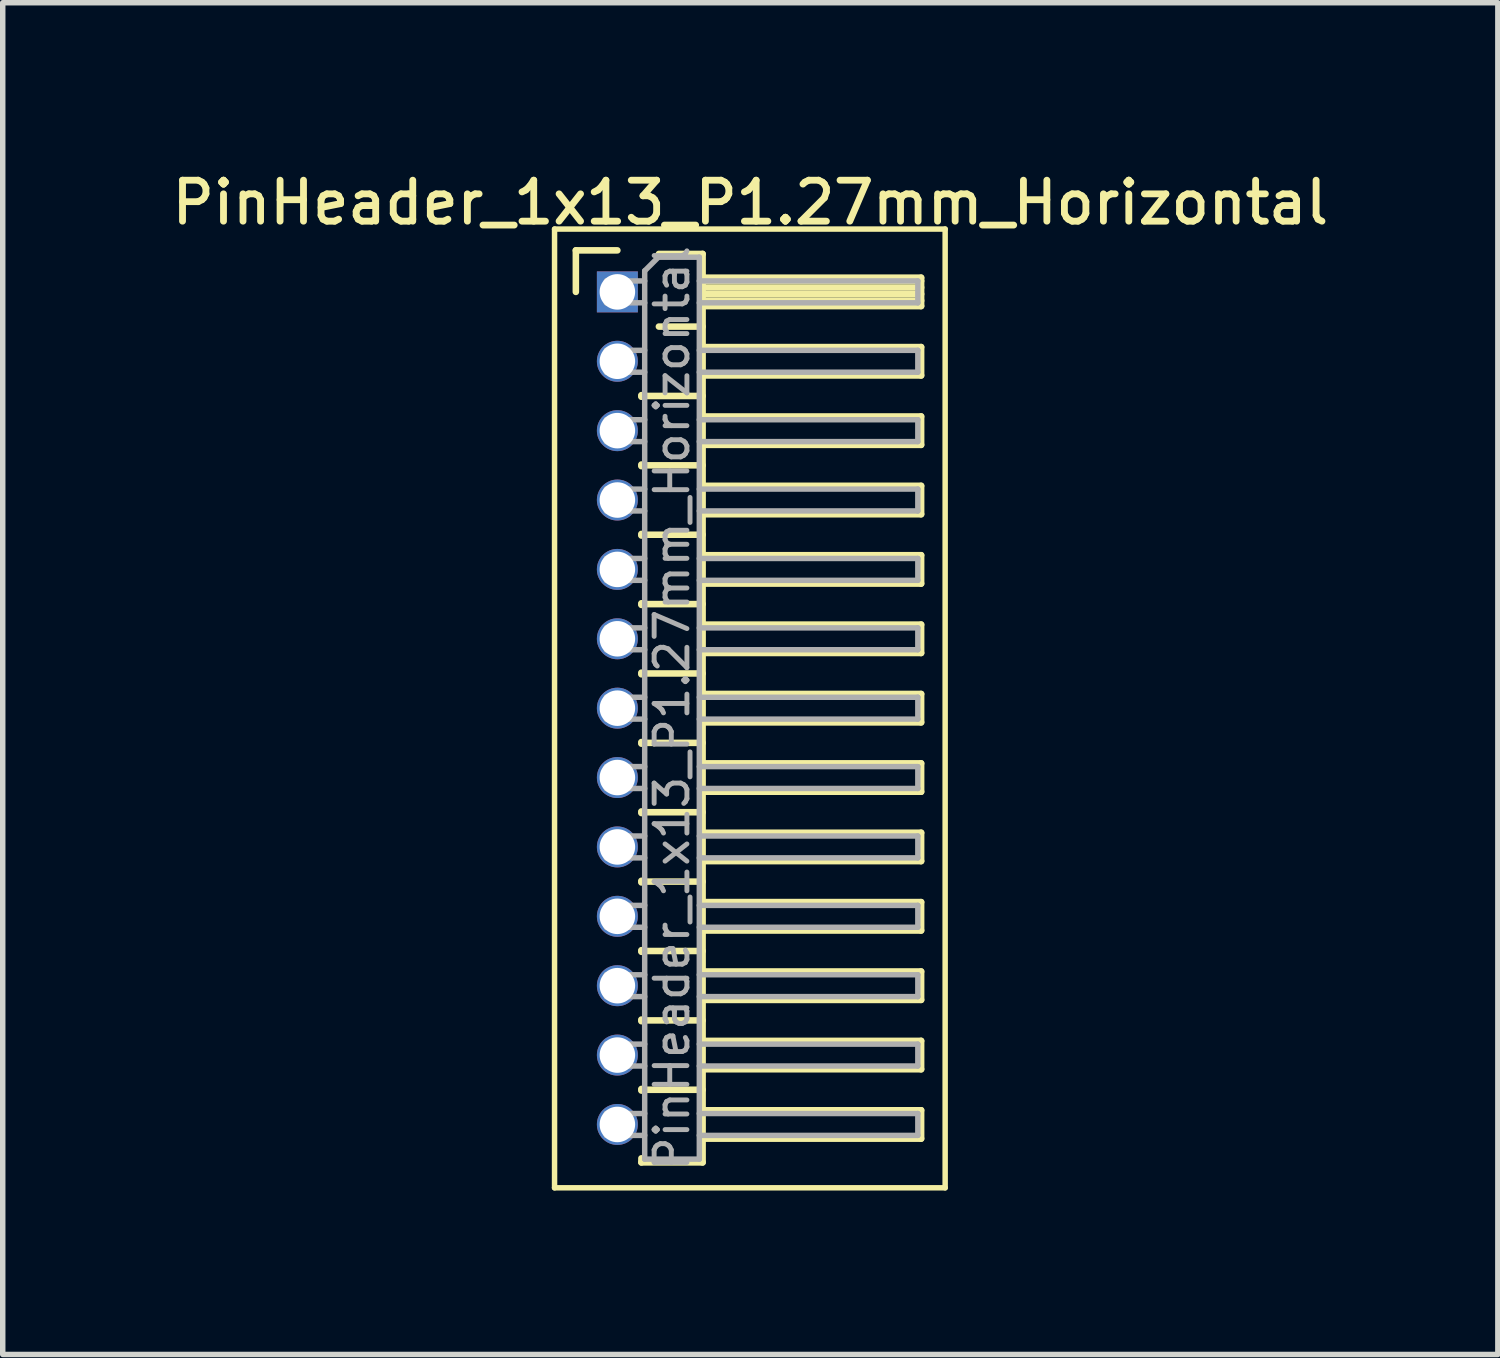
<source format=kicad_pcb>
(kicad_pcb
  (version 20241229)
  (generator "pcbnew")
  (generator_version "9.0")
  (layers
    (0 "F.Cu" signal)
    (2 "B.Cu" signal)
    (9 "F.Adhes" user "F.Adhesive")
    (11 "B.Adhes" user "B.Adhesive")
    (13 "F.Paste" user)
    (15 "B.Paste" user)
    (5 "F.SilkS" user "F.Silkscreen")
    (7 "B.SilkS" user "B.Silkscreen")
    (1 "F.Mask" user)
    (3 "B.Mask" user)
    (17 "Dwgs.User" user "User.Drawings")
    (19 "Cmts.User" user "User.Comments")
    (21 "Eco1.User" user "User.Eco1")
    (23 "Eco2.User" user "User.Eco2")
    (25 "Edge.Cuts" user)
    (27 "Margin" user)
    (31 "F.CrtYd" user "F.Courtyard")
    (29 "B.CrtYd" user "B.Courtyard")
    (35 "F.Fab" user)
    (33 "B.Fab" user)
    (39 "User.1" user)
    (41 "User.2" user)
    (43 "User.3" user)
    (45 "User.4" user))
  (footprint "PinHeader_1x13_P1.27mm_Horizontal"
    (layer "F.Cu")
    (at 8.251 2.293)
    (property "Reference" "PinHeader_1x13_P1.27mm_Horizontal" (at 2.433 -1.635 0) (layer "F.SilkS") (effects (font (size 0.75 0.75) (thickness 0.125))))
    (attr through_hole)
    (fp_line (start -1.15 -1.15) (end -1.15 16.4) (stroke (width 0.1) (type solid)) (layer "F.SilkS"))
    (fp_line (start -1.15 16.4) (end 6 16.4) (stroke (width 0.1) (type solid)) (layer "F.SilkS"))
    (fp_line (start -0.76 -0.76) (end 0 -0.76) (stroke (width 0.12) (type solid)) (layer "F.SilkS"))
    (fp_line (start -0.76 0) (end -0.76 -0.76) (stroke (width 0.12) (type solid)) (layer "F.SilkS"))
    (fp_line (start 0.44 1.89) (end 0.44 1.92) (stroke (width 0.12) (type solid)) (layer "F.SilkS"))
    (fp_line (start 0.44 1.905) (end 1.56 1.905) (stroke (width 0.12) (type solid)) (layer "F.SilkS"))
    (fp_line (start 0.44 3.16) (end 0.44 3.19) (stroke (width 0.12) (type solid)) (layer "F.SilkS"))
    (fp_line (start 0.44 3.175) (end 1.56 3.175) (stroke (width 0.12) (type solid)) (layer "F.SilkS"))
    (fp_line (start 0.44 4.43) (end 0.44 4.46) (stroke (width 0.12) (type solid)) (layer "F.SilkS"))
    (fp_line (start 0.44 4.445) (end 1.56 4.445) (stroke (width 0.12) (type solid)) (layer "F.SilkS"))
    (fp_line (start 0.44 5.7) (end 0.44 5.73) (stroke (width 0.12) (type solid)) (layer "F.SilkS"))
    (fp_line (start 0.44 5.715) (end 1.56 5.715) (stroke (width 0.12) (type solid)) (layer "F.SilkS"))
    (fp_line (start 0.44 6.97) (end 0.44 7) (stroke (width 0.12) (type solid)) (layer "F.SilkS"))
    (fp_line (start 0.44 6.985) (end 1.56 6.985) (stroke (width 0.12) (type solid)) (layer "F.SilkS"))
    (fp_line (start 0.44 8.24) (end 0.44 8.27) (stroke (width 0.12) (type solid)) (layer "F.SilkS"))
    (fp_line (start 0.44 8.255) (end 1.56 8.255) (stroke (width 0.12) (type solid)) (layer "F.SilkS"))
    (fp_line (start 0.44 9.51) (end 0.44 9.54) (stroke (width 0.12) (type solid)) (layer "F.SilkS"))
    (fp_line (start 0.44 9.525) (end 1.56 9.525) (stroke (width 0.12) (type solid)) (layer "F.SilkS"))
    (fp_line (start 0.44 10.78) (end 0.44 10.81) (stroke (width 0.12) (type solid)) (layer "F.SilkS"))
    (fp_line (start 0.44 10.795) (end 1.56 10.795) (stroke (width 0.12) (type solid)) (layer "F.SilkS"))
    (fp_line (start 0.44 12.05) (end 0.44 12.08) (stroke (width 0.12) (type solid)) (layer "F.SilkS"))
    (fp_line (start 0.44 12.065) (end 1.56 12.065) (stroke (width 0.12) (type solid)) (layer "F.SilkS"))
    (fp_line (start 0.44 13.32) (end 0.44 13.35) (stroke (width 0.12) (type solid)) (layer "F.SilkS"))
    (fp_line (start 0.44 13.335) (end 1.56 13.335) (stroke (width 0.12) (type solid)) (layer "F.SilkS"))
    (fp_line (start 0.44 14.59) (end 0.44 14.62) (stroke (width 0.12) (type solid)) (layer "F.SilkS"))
    (fp_line (start 0.44 14.605) (end 1.56 14.605) (stroke (width 0.12) (type solid)) (layer "F.SilkS"))
    (fp_line (start 0.44 15.935) (end 0.44 15.86) (stroke (width 0.12) (type solid)) (layer "F.SilkS"))
    (fp_line (start 0.76 -0.695) (end 1.56 -0.695) (stroke (width 0.12) (type solid)) (layer "F.SilkS"))
    (fp_line (start 0.76 0.635) (end 1.56 0.635) (stroke (width 0.12) (type solid)) (layer "F.SilkS"))
    (fp_line (start 1.56 -0.695) (end 1.56 15.935) (stroke (width 0.12) (type solid)) (layer "F.SilkS"))
    (fp_line (start 1.56 -0.26) (end 5.56 -0.26) (stroke (width 0.12) (type solid)) (layer "F.SilkS"))
    (fp_line (start 1.56 -0.2) (end 5.56 -0.2) (stroke (width 0.12) (type solid)) (layer "F.SilkS"))
    (fp_line (start 1.56 -0.08) (end 5.56 -0.08) (stroke (width 0.12) (type solid)) (layer "F.SilkS"))
    (fp_line (start 1.56 0.04) (end 5.56 0.04) (stroke (width 0.12) (type solid)) (layer "F.SilkS"))
    (fp_line (start 1.56 0.16) (end 5.56 0.16) (stroke (width 0.12) (type solid)) (layer "F.SilkS"))
    (fp_line (start 1.56 1.01) (end 5.56 1.01) (stroke (width 0.12) (type solid)) (layer "F.SilkS"))
    (fp_line (start 1.56 2.28) (end 5.56 2.28) (stroke (width 0.12) (type solid)) (layer "F.SilkS"))
    (fp_line (start 1.56 3.55) (end 5.56 3.55) (stroke (width 0.12) (type solid)) (layer "F.SilkS"))
    (fp_line (start 1.56 4.82) (end 5.56 4.82) (stroke (width 0.12) (type solid)) (layer "F.SilkS"))
    (fp_line (start 1.56 6.09) (end 5.56 6.09) (stroke (width 0.12) (type solid)) (layer "F.SilkS"))
    (fp_line (start 1.56 7.36) (end 5.56 7.36) (stroke (width 0.12) (type solid)) (layer "F.SilkS"))
    (fp_line (start 1.56 8.63) (end 5.56 8.63) (stroke (width 0.12) (type solid)) (layer "F.SilkS"))
    (fp_line (start 1.56 9.9) (end 5.56 9.9) (stroke (width 0.12) (type solid)) (layer "F.SilkS"))
    (fp_line (start 1.56 11.17) (end 5.56 11.17) (stroke (width 0.12) (type solid)) (layer "F.SilkS"))
    (fp_line (start 1.56 12.44) (end 5.56 12.44) (stroke (width 0.12) (type solid)) (layer "F.SilkS"))
    (fp_line (start 1.56 13.71) (end 5.56 13.71) (stroke (width 0.12) (type solid)) (layer "F.SilkS"))
    (fp_line (start 1.56 14.98) (end 5.56 14.98) (stroke (width 0.12) (type solid)) (layer "F.SilkS"))
    (fp_line (start 1.56 15.935) (end 0.44 15.935) (stroke (width 0.12) (type solid)) (layer "F.SilkS"))
    (fp_line (start 5.56 -0.26) (end 5.56 0.26) (stroke (width 0.12) (type solid)) (layer "F.SilkS"))
    (fp_line (start 5.56 0.26) (end 1.56 0.26) (stroke (width 0.12) (type solid)) (layer "F.SilkS"))
    (fp_line (start 5.56 1.01) (end 5.56 1.53) (stroke (width 0.12) (type solid)) (layer "F.SilkS"))
    (fp_line (start 5.56 1.53) (end 1.56 1.53) (stroke (width 0.12) (type solid)) (layer "F.SilkS"))
    (fp_line (start 5.56 2.28) (end 5.56 2.8) (stroke (width 0.12) (type solid)) (layer "F.SilkS"))
    (fp_line (start 5.56 2.8) (end 1.56 2.8) (stroke (width 0.12) (type solid)) (layer "F.SilkS"))
    (fp_line (start 5.56 3.55) (end 5.56 4.07) (stroke (width 0.12) (type solid)) (layer "F.SilkS"))
    (fp_line (start 5.56 4.07) (end 1.56 4.07) (stroke (width 0.12) (type solid)) (layer "F.SilkS"))
    (fp_line (start 5.56 4.82) (end 5.56 5.34) (stroke (width 0.12) (type solid)) (layer "F.SilkS"))
    (fp_line (start 5.56 5.34) (end 1.56 5.34) (stroke (width 0.12) (type solid)) (layer "F.SilkS"))
    (fp_line (start 5.56 6.09) (end 5.56 6.61) (stroke (width 0.12) (type solid)) (layer "F.SilkS"))
    (fp_line (start 5.56 6.61) (end 1.56 6.61) (stroke (width 0.12) (type solid)) (layer "F.SilkS"))
    (fp_line (start 5.56 7.36) (end 5.56 7.88) (stroke (width 0.12) (type solid)) (layer "F.SilkS"))
    (fp_line (start 5.56 7.88) (end 1.56 7.88) (stroke (width 0.12) (type solid)) (layer "F.SilkS"))
    (fp_line (start 5.56 8.63) (end 5.56 9.15) (stroke (width 0.12) (type solid)) (layer "F.SilkS"))
    (fp_line (start 5.56 9.15) (end 1.56 9.15) (stroke (width 0.12) (type solid)) (layer "F.SilkS"))
    (fp_line (start 5.56 9.9) (end 5.56 10.42) (stroke (width 0.12) (type solid)) (layer "F.SilkS"))
    (fp_line (start 5.56 10.42) (end 1.56 10.42) (stroke (width 0.12) (type solid)) (layer "F.SilkS"))
    (fp_line (start 5.56 11.17) (end 5.56 11.69) (stroke (width 0.12) (type solid)) (layer "F.SilkS"))
    (fp_line (start 5.56 11.69) (end 1.56 11.69) (stroke (width 0.12) (type solid)) (layer "F.SilkS"))
    (fp_line (start 5.56 12.44) (end 5.56 12.96) (stroke (width 0.12) (type solid)) (layer "F.SilkS"))
    (fp_line (start 5.56 12.96) (end 1.56 12.96) (stroke (width 0.12) (type solid)) (layer "F.SilkS"))
    (fp_line (start 5.56 13.71) (end 5.56 14.23) (stroke (width 0.12) (type solid)) (layer "F.SilkS"))
    (fp_line (start 5.56 14.23) (end 1.56 14.23) (stroke (width 0.12) (type solid)) (layer "F.SilkS"))
    (fp_line (start 5.56 14.98) (end 5.56 15.5) (stroke (width 0.12) (type solid)) (layer "F.SilkS"))
    (fp_line (start 5.56 15.5) (end 1.56 15.5) (stroke (width 0.12) (type solid)) (layer "F.SilkS"))
    (fp_line (start 6 -1.15) (end -1.15 -1.15) (stroke (width 0.1) (type solid)) (layer "F.SilkS"))
    (fp_line (start 6 16.4) (end 6 -1.15) (stroke (width 0.1) (type solid)) (layer "F.SilkS"))
    (fp_line (start -0.2 -0.2) (end -0.2 0.2) (stroke (width 0.1) (type solid)) (layer "F.Fab"))
    (fp_line (start -0.2 -0.2) (end 0.5 -0.2) (stroke (width 0.1) (type solid)) (layer "F.Fab"))
    (fp_line (start -0.2 0.2) (end 0.5 0.2) (stroke (width 0.1) (type solid)) (layer "F.Fab"))
    (fp_line (start -0.2 1.07) (end -0.2 1.47) (stroke (width 0.1) (type solid)) (layer "F.Fab"))
    (fp_line (start -0.2 1.07) (end 0.5 1.07) (stroke (width 0.1) (type solid)) (layer "F.Fab"))
    (fp_line (start -0.2 1.47) (end 0.5 1.47) (stroke (width 0.1) (type solid)) (layer "F.Fab"))
    (fp_line (start -0.2 2.34) (end -0.2 2.74) (stroke (width 0.1) (type solid)) (layer "F.Fab"))
    (fp_line (start -0.2 2.34) (end 0.5 2.34) (stroke (width 0.1) (type solid)) (layer "F.Fab"))
    (fp_line (start -0.2 2.74) (end 0.5 2.74) (stroke (width 0.1) (type solid)) (layer "F.Fab"))
    (fp_line (start -0.2 3.61) (end -0.2 4.01) (stroke (width 0.1) (type solid)) (layer "F.Fab"))
    (fp_line (start -0.2 3.61) (end 0.5 3.61) (stroke (width 0.1) (type solid)) (layer "F.Fab"))
    (fp_line (start -0.2 4.01) (end 0.5 4.01) (stroke (width 0.1) (type solid)) (layer "F.Fab"))
    (fp_line (start -0.2 4.88) (end -0.2 5.28) (stroke (width 0.1) (type solid)) (layer "F.Fab"))
    (fp_line (start -0.2 4.88) (end 0.5 4.88) (stroke (width 0.1) (type solid)) (layer "F.Fab"))
    (fp_line (start -0.2 5.28) (end 0.5 5.28) (stroke (width 0.1) (type solid)) (layer "F.Fab"))
    (fp_line (start -0.2 6.15) (end -0.2 6.55) (stroke (width 0.1) (type solid)) (layer "F.Fab"))
    (fp_line (start -0.2 6.15) (end 0.5 6.15) (stroke (width 0.1) (type solid)) (layer "F.Fab"))
    (fp_line (start -0.2 6.55) (end 0.5 6.55) (stroke (width 0.1) (type solid)) (layer "F.Fab"))
    (fp_line (start -0.2 7.42) (end -0.2 7.82) (stroke (width 0.1) (type solid)) (layer "F.Fab"))
    (fp_line (start -0.2 7.42) (end 0.5 7.42) (stroke (width 0.1) (type solid)) (layer "F.Fab"))
    (fp_line (start -0.2 7.82) (end 0.5 7.82) (stroke (width 0.1) (type solid)) (layer "F.Fab"))
    (fp_line (start -0.2 8.69) (end -0.2 9.09) (stroke (width 0.1) (type solid)) (layer "F.Fab"))
    (fp_line (start -0.2 8.69) (end 0.5 8.69) (stroke (width 0.1) (type solid)) (layer "F.Fab"))
    (fp_line (start -0.2 9.09) (end 0.5 9.09) (stroke (width 0.1) (type solid)) (layer "F.Fab"))
    (fp_line (start -0.2 9.96) (end -0.2 10.36) (stroke (width 0.1) (type solid)) (layer "F.Fab"))
    (fp_line (start -0.2 9.96) (end 0.5 9.96) (stroke (width 0.1) (type solid)) (layer "F.Fab"))
    (fp_line (start -0.2 10.36) (end 0.5 10.36) (stroke (width 0.1) (type solid)) (layer "F.Fab"))
    (fp_line (start -0.2 11.23) (end -0.2 11.63) (stroke (width 0.1) (type solid)) (layer "F.Fab"))
    (fp_line (start -0.2 11.23) (end 0.5 11.23) (stroke (width 0.1) (type solid)) (layer "F.Fab"))
    (fp_line (start -0.2 11.63) (end 0.5 11.63) (stroke (width 0.1) (type solid)) (layer "F.Fab"))
    (fp_line (start -0.2 12.5) (end -0.2 12.9) (stroke (width 0.1) (type solid)) (layer "F.Fab"))
    (fp_line (start -0.2 12.5) (end 0.5 12.5) (stroke (width 0.1) (type solid)) (layer "F.Fab"))
    (fp_line (start -0.2 12.9) (end 0.5 12.9) (stroke (width 0.1) (type solid)) (layer "F.Fab"))
    (fp_line (start -0.2 13.77) (end -0.2 14.17) (stroke (width 0.1) (type solid)) (layer "F.Fab"))
    (fp_line (start -0.2 13.77) (end 0.5 13.77) (stroke (width 0.1) (type solid)) (layer "F.Fab"))
    (fp_line (start -0.2 14.17) (end 0.5 14.17) (stroke (width 0.1) (type solid)) (layer "F.Fab"))
    (fp_line (start -0.2 15.04) (end -0.2 15.44) (stroke (width 0.1) (type solid)) (layer "F.Fab"))
    (fp_line (start -0.2 15.04) (end 0.5 15.04) (stroke (width 0.1) (type solid)) (layer "F.Fab"))
    (fp_line (start -0.2 15.44) (end 0.5 15.44) (stroke (width 0.1) (type solid)) (layer "F.Fab"))
    (fp_line (start 0.5 -0.385) (end 0.75 -0.635) (stroke (width 0.1) (type solid)) (layer "F.Fab"))
    (fp_line (start 0.5 15.875) (end 0.5 -0.385) (stroke (width 0.1) (type solid)) (layer "F.Fab"))
    (fp_line (start 0.75 -0.635) (end 1.5 -0.635) (stroke (width 0.1) (type solid)) (layer "F.Fab"))
    (fp_line (start 1.5 -0.635) (end 1.5 15.875) (stroke (width 0.1) (type solid)) (layer "F.Fab"))
    (fp_line (start 1.5 -0.2) (end 5.5 -0.2) (stroke (width 0.1) (type solid)) (layer "F.Fab"))
    (fp_line (start 1.5 0.2) (end 5.5 0.2) (stroke (width 0.1) (type solid)) (layer "F.Fab"))
    (fp_line (start 1.5 1.07) (end 5.5 1.07) (stroke (width 0.1) (type solid)) (layer "F.Fab"))
    (fp_line (start 1.5 1.47) (end 5.5 1.47) (stroke (width 0.1) (type solid)) (layer "F.Fab"))
    (fp_line (start 1.5 2.34) (end 5.5 2.34) (stroke (width 0.1) (type solid)) (layer "F.Fab"))
    (fp_line (start 1.5 2.74) (end 5.5 2.74) (stroke (width 0.1) (type solid)) (layer "F.Fab"))
    (fp_line (start 1.5 3.61) (end 5.5 3.61) (stroke (width 0.1) (type solid)) (layer "F.Fab"))
    (fp_line (start 1.5 4.01) (end 5.5 4.01) (stroke (width 0.1) (type solid)) (layer "F.Fab"))
    (fp_line (start 1.5 4.88) (end 5.5 4.88) (stroke (width 0.1) (type solid)) (layer "F.Fab"))
    (fp_line (start 1.5 5.28) (end 5.5 5.28) (stroke (width 0.1) (type solid)) (layer "F.Fab"))
    (fp_line (start 1.5 6.15) (end 5.5 6.15) (stroke (width 0.1) (type solid)) (layer "F.Fab"))
    (fp_line (start 1.5 6.55) (end 5.5 6.55) (stroke (width 0.1) (type solid)) (layer "F.Fab"))
    (fp_line (start 1.5 7.42) (end 5.5 7.42) (stroke (width 0.1) (type solid)) (layer "F.Fab"))
    (fp_line (start 1.5 7.82) (end 5.5 7.82) (stroke (width 0.1) (type solid)) (layer "F.Fab"))
    (fp_line (start 1.5 8.69) (end 5.5 8.69) (stroke (width 0.1) (type solid)) (layer "F.Fab"))
    (fp_line (start 1.5 9.09) (end 5.5 9.09) (stroke (width 0.1) (type solid)) (layer "F.Fab"))
    (fp_line (start 1.5 9.96) (end 5.5 9.96) (stroke (width 0.1) (type solid)) (layer "F.Fab"))
    (fp_line (start 1.5 10.36) (end 5.5 10.36) (stroke (width 0.1) (type solid)) (layer "F.Fab"))
    (fp_line (start 1.5 11.23) (end 5.5 11.23) (stroke (width 0.1) (type solid)) (layer "F.Fab"))
    (fp_line (start 1.5 11.63) (end 5.5 11.63) (stroke (width 0.1) (type solid)) (layer "F.Fab"))
    (fp_line (start 1.5 12.5) (end 5.5 12.5) (stroke (width 0.1) (type solid)) (layer "F.Fab"))
    (fp_line (start 1.5 12.9) (end 5.5 12.9) (stroke (width 0.1) (type solid)) (layer "F.Fab"))
    (fp_line (start 1.5 13.77) (end 5.5 13.77) (stroke (width 0.1) (type solid)) (layer "F.Fab"))
    (fp_line (start 1.5 14.17) (end 5.5 14.17) (stroke (width 0.1) (type solid)) (layer "F.Fab"))
    (fp_line (start 1.5 15.04) (end 5.5 15.04) (stroke (width 0.1) (type solid)) (layer "F.Fab"))
    (fp_line (start 1.5 15.44) (end 5.5 15.44) (stroke (width 0.1) (type solid)) (layer "F.Fab"))
    (fp_line (start 1.5 15.875) (end 0.5 15.875) (stroke (width 0.1) (type solid)) (layer "F.Fab"))
    (fp_line (start 5.5 -0.2) (end 5.5 0.2) (stroke (width 0.1) (type solid)) (layer "F.Fab"))
    (fp_line (start 5.5 1.07) (end 5.5 1.47) (stroke (width 0.1) (type solid)) (layer "F.Fab"))
    (fp_line (start 5.5 2.34) (end 5.5 2.74) (stroke (width 0.1) (type solid)) (layer "F.Fab"))
    (fp_line (start 5.5 3.61) (end 5.5 4.01) (stroke (width 0.1) (type solid)) (layer "F.Fab"))
    (fp_line (start 5.5 4.88) (end 5.5 5.28) (stroke (width 0.1) (type solid)) (layer "F.Fab"))
    (fp_line (start 5.5 6.15) (end 5.5 6.55) (stroke (width 0.1) (type solid)) (layer "F.Fab"))
    (fp_line (start 5.5 7.42) (end 5.5 7.82) (stroke (width 0.1) (type solid)) (layer "F.Fab"))
    (fp_line (start 5.5 8.69) (end 5.5 9.09) (stroke (width 0.1) (type solid)) (layer "F.Fab"))
    (fp_line (start 5.5 9.96) (end 5.5 10.36) (stroke (width 0.1) (type solid)) (layer "F.Fab"))
    (fp_line (start 5.5 11.23) (end 5.5 11.63) (stroke (width 0.1) (type solid)) (layer "F.Fab"))
    (fp_line (start 5.5 12.5) (end 5.5 12.9) (stroke (width 0.1) (type solid)) (layer "F.Fab"))
    (fp_line (start 5.5 13.77) (end 5.5 14.17) (stroke (width 0.1) (type solid)) (layer "F.Fab"))
    (fp_line (start 5.5 15.04) (end 5.5 15.44) (stroke (width 0.1) (type solid)) (layer "F.Fab"))
    (fp_text user "${REFERENCE}" (at 1 7.62 90) (layer "F.Fab") (effects (font (size 0.6 0.6) (thickness 0.09))))
    (pad "1" thru_hole rect (at 0 0) (size 0.75 0.75) (drill 0.65) (layers "*.Cu" "*.Mask"))
    (pad "2" thru_hole oval (at 0 1.27) (size 0.75 0.75) (drill 0.65) (layers "*.Cu" "*.Mask"))
    (pad "3" thru_hole oval (at 0 2.54) (size 0.75 0.75) (drill 0.65) (layers "*.Cu" "*.Mask"))
    (pad "4" thru_hole oval (at 0 3.81) (size 0.75 0.75) (drill 0.65) (layers "*.Cu" "*.Mask"))
    (pad "5" thru_hole oval (at 0 5.08) (size 0.75 0.75) (drill 0.65) (layers "*.Cu" "*.Mask"))
    (pad "6" thru_hole oval (at 0 6.35) (size 0.75 0.75) (drill 0.65) (layers "*.Cu" "*.Mask"))
    (pad "7" thru_hole oval (at 0 7.62) (size 0.75 0.75) (drill 0.65) (layers "*.Cu" "*.Mask"))
    (pad "8" thru_hole oval (at 0 8.89) (size 0.75 0.75) (drill 0.65) (layers "*.Cu" "*.Mask"))
    (pad "9" thru_hole oval (at 0 10.16) (size 0.75 0.75) (drill 0.65) (layers "*.Cu" "*.Mask"))
    (pad "10" thru_hole oval (at 0 11.43) (size 0.75 0.75) (drill 0.65) (layers "*.Cu" "*.Mask"))
    (pad "11" thru_hole oval (at 0 12.7) (size 0.75 0.75) (drill 0.65) (layers "*.Cu" "*.Mask"))
    (pad "12" thru_hole oval (at 0 13.97) (size 0.75 0.75) (drill 0.65) (layers "*.Cu" "*.Mask"))
    (pad "13" thru_hole oval (at 0 15.24) (size 0.75 0.75) (drill 0.65) (layers "*.Cu" "*.Mask")))
  (gr_rect
    (start -3 -3)
    (end 24.368 21.743)
    (stroke (width 0.1) (type default))
    (fill no)
    (layer "Edge.Cuts")))
</source>
